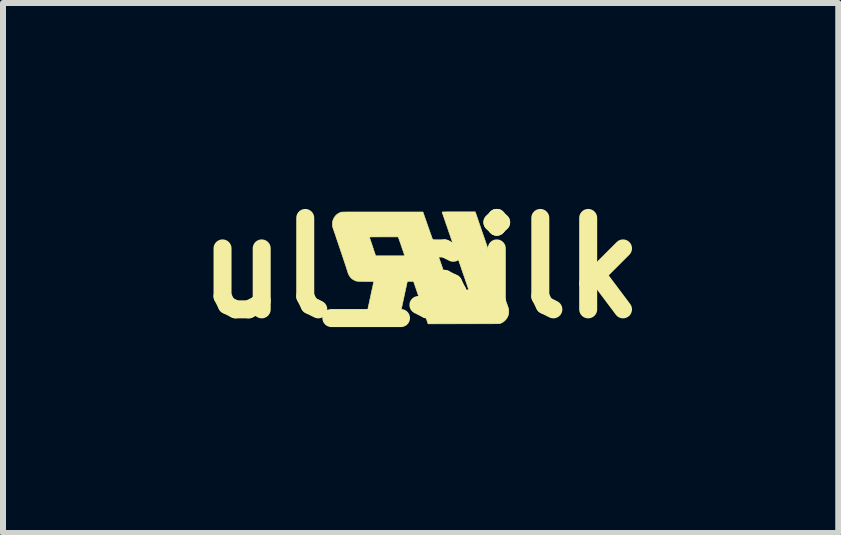
<source format=kicad_pcb>
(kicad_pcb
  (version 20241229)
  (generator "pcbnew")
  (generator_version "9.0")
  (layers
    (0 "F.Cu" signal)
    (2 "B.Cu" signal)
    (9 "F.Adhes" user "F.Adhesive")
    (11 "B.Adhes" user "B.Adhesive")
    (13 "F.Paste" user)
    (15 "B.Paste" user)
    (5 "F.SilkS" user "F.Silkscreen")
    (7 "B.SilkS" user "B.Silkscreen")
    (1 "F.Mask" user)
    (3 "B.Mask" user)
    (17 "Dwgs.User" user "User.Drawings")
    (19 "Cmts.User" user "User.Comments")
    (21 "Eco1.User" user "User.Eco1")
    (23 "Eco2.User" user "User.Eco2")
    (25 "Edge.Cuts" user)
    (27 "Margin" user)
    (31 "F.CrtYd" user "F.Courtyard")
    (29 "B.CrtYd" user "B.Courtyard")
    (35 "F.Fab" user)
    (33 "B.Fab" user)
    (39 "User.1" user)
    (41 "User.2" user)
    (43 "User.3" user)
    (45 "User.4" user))
  (footprint "ul_silk"
    (layer "F.Cu")
    (at 3.962 1.418)
    (property "Reference" "ul_silk" (at 0 0 0) (layer "F.SilkS") (effects (font (size 1.524 1.524) (thickness 0.3))))
    (attr through_hole)
    (fp_poly (pts (xy 0.932 -0.876) (xy 0.949 -0.827) (xy 0.966 -0.775) (xy 0.985 -0.721) (xy 1.004 -0.665) (xy 1.024 -0.606) (xy 1.045 -0.547) (xy 1.066 -0.486) (xy 1.087 -0.425) (xy 1.108 -0.364) (xy 1.129 -0.302) (xy 1.15 -0.241) (xy 1.171 -0.18) (xy 1.191 -0.12) (xy 1.211 -0.062) (xy 1.231 -0.005) (xy 1.25 0.05) (xy 1.268 0.102) (xy 1.285 0.152) (xy 1.301 0.199) (xy 1.316 0.242) (xy 1.329 0.282) (xy 1.342 0.318) (xy 1.352 0.35) (xy 1.362 0.376) (xy 1.362 0.377) (xy 1.374 0.412) (xy 1.385 0.446) (xy 1.397 0.478) (xy 1.407 0.508) (xy 1.417 0.536) (xy 1.425 0.561) (xy 1.433 0.583) (xy 1.44 0.602) (xy 1.445 0.617) (xy 1.449 0.628) (xy 1.451 0.634) (xy 1.452 0.635) (xy 1.462 0.666) (xy 1.469 0.697) (xy 1.47 0.729) (xy 1.468 0.761) (xy 1.464 0.777) (xy 1.454 0.807) (xy 1.439 0.835) (xy 1.421 0.86) (xy 1.398 0.883) (xy 1.373 0.902) (xy 1.344 0.917) (xy 1.332 0.922) (xy 1.312 0.929) (xy 0.719 0.93) (xy 0.125 0.931) (xy 0.086 0.816) (xy 0.079 0.796) (xy 0.071 0.772) (xy 0.061 0.744) (xy 0.05 0.712) (xy 0.038 0.678) (xy 0.026 0.642) (xy 0.013 0.604) (xy -0.000102 0.566) (xy -0.013 0.527) (xy -0.026 0.489) (xy -0.036 0.462) (xy -0.118 0.222) (xy -0.17 0.222) (xy -0.185 0.222) (xy -0.199 0.222) (xy -0.21 0.222) (xy -0.217 0.222) (xy -0.221 0.223) (xy -0.221 0.223) (xy -0.222 0.225) (xy -0.223 0.233) (xy -0.226 0.245) (xy -0.229 0.261) (xy -0.234 0.282) (xy -0.239 0.306) (xy -0.245 0.334) (xy -0.252 0.365) (xy -0.259 0.398) (xy -0.267 0.434) (xy -0.275 0.472) (xy -0.284 0.513) (xy -0.293 0.555) (xy -0.298 0.579) (xy -0.375 0.934) (xy -0.455 0.935) (xy -0.471 0.935) (xy -0.491 0.935) (xy -0.515 0.935) (xy -0.543 0.934) (xy -0.573 0.934) (xy -0.605 0.934) (xy -0.638 0.934) (xy -0.672 0.934) (xy -0.706 0.933) (xy -0.732 0.933) (xy -0.764 0.933) (xy -0.793 0.932) (xy -0.821 0.932) (xy -0.847 0.932) (xy -0.87 0.931) (xy -0.89 0.931) (xy -0.906 0.931) (xy -0.919 0.93) (xy -0.927 0.93) (xy -0.931 0.93) (xy -0.931 0.93) (xy -0.931 0.927) (xy -0.929 0.92) (xy -0.927 0.908) (xy -0.923 0.892) (xy -0.919 0.872) (xy -0.914 0.849) (xy -0.908 0.823) (xy -0.902 0.794) (xy -0.896 0.763) (xy -0.889 0.73) (xy -0.881 0.695) (xy -0.874 0.659) (xy -0.866 0.623) (xy -0.858 0.586) (xy -0.85 0.549) (xy -0.842 0.512) (xy -0.834 0.476) (xy -0.827 0.441) (xy -0.82 0.408) (xy -0.813 0.376) (xy -0.806 0.346) (xy -0.8 0.319) (xy -0.795 0.295) (xy -0.791 0.274) (xy -0.787 0.256) (xy -0.784 0.243) (xy -0.782 0.234) (xy -0.781 0.231) (xy -0.78 0.225) (xy -0.915 0.224) (xy -0.947 0.224) (xy -0.974 0.223) (xy -0.996 0.223) (xy -1.016 0.222) (xy -1.032 0.222) (xy -1.045 0.221) (xy -1.056 0.22) (xy -1.065 0.218) (xy -1.074 0.217) (xy -1.081 0.215) (xy -1.088 0.212) (xy -1.095 0.209) (xy -1.103 0.205) (xy -1.104 0.204) (xy -1.132 0.188) (xy -1.157 0.168) (xy -1.178 0.144) (xy -1.195 0.117) (xy -1.209 0.086) (xy -1.215 0.065) (xy -1.216 0.06) (xy -1.22 0.05) (xy -1.224 0.036) (xy -1.23 0.018) (xy -1.237 -0.004) (xy -1.245 -0.029) (xy -1.254 -0.056) (xy -1.264 -0.086) (xy -1.275 -0.119) (xy -1.287 -0.153) (xy -1.298 -0.188) (xy -1.311 -0.225) (xy -1.323 -0.262) (xy -1.336 -0.299) (xy -1.348 -0.337) (xy -1.361 -0.374) (xy -1.373 -0.41) (xy -1.385 -0.445) (xy -1.396 -0.478) (xy -1.406 -0.51) (xy -1.409 -0.516) (xy -0.853 -0.516) (xy -0.853 -0.514) (xy -0.85 -0.506) (xy -0.847 -0.495) (xy -0.842 -0.48) (xy -0.836 -0.463) (xy -0.829 -0.443) (xy -0.822 -0.421) (xy -0.814 -0.398) (xy -0.806 -0.374) (xy -0.798 -0.35) (xy -0.79 -0.326) (xy -0.783 -0.303) (xy -0.776 -0.282) (xy -0.769 -0.262) (xy -0.763 -0.245) (xy -0.758 -0.231) (xy -0.755 -0.22) (xy -0.753 -0.215) (xy -0.749 -0.203) (xy -0.264 -0.203) (xy -0.269 -0.217) (xy -0.272 -0.225) (xy -0.275 -0.236) (xy -0.28 -0.251) (xy -0.287 -0.269) (xy -0.293 -0.289) (xy -0.301 -0.311) (xy -0.309 -0.334) (xy -0.317 -0.358) (xy -0.325 -0.382) (xy -0.333 -0.405) (xy -0.341 -0.428) (xy -0.348 -0.449) (xy -0.355 -0.467) (xy -0.36 -0.483) (xy -0.365 -0.496) (xy -0.368 -0.505) (xy -0.37 -0.51) (xy -0.37 -0.51) (xy -0.373 -0.519) (xy -0.613 -0.519) (xy -0.648 -0.519) (xy -0.682 -0.519) (xy -0.713 -0.518) (xy -0.743 -0.518) (xy -0.769 -0.518) (xy -0.793 -0.518) (xy -0.813 -0.518) (xy -0.829 -0.517) (xy -0.842 -0.517) (xy -0.85 -0.517) (xy -0.853 -0.516) (xy -0.853 -0.516) (xy -1.409 -0.516) (xy -1.416 -0.539) (xy -1.425 -0.566) (xy -1.434 -0.589) (xy -1.441 -0.61) (xy -1.446 -0.626) (xy -1.451 -0.639) (xy -1.454 -0.647) (xy -1.454 -0.648) (xy -1.463 -0.673) (xy -1.468 -0.697) (xy -1.47 -0.72) (xy -1.47 -0.74) (xy -1.468 -0.763) (xy -1.465 -0.782) (xy -1.459 -0.8) (xy -1.451 -0.819) (xy -1.45 -0.822) (xy -1.434 -0.85) (xy -1.414 -0.875) (xy -1.391 -0.896) (xy -1.365 -0.913) (xy -1.336 -0.926) (xy -1.326 -0.93) (xy -1.324 -0.93) (xy -1.322 -0.931) (xy -1.319 -0.931) (xy -1.316 -0.931) (xy -1.312 -0.932) (xy -1.306 -0.932) (xy -1.3 -0.932) (xy -1.292 -0.933) (xy -1.282 -0.933) (xy -1.271 -0.933) (xy -1.257 -0.933) (xy -1.242 -0.934) (xy -1.224 -0.934) (xy -1.203 -0.934) (xy -1.18 -0.934) (xy -1.154 -0.934) (xy -1.125 -0.934) (xy -1.093 -0.934) (xy -1.057 -0.934) (xy -1.018 -0.934) (xy -0.974 -0.934) (xy -0.927 -0.934) (xy -0.876 -0.934) (xy -0.82 -0.934) (xy -0.759 -0.934) (xy -0.694 -0.934) (xy -0.635 -0.934) (xy 0.039 -0.934) (xy 0.25 -0.33) (xy 0.269 -0.275) (xy 0.288 -0.22) (xy 0.307 -0.167) (xy 0.325 -0.116) (xy 0.342 -0.066) (xy 0.359 -0.018) (xy 0.375 0.028) (xy 0.39 0.072) (xy 0.405 0.113) (xy 0.418 0.15) (xy 0.43 0.185) (xy 0.441 0.217) (xy 0.451 0.244) (xy 0.459 0.268) (xy 0.466 0.288) (xy 0.471 0.304) (xy 0.475 0.315) (xy 0.477 0.32) (xy 0.493 0.366) (xy 0.648 0.366) (xy 0.68 0.366) (xy 0.707 0.366) (xy 0.73 0.366) (xy 0.749 0.366) (xy 0.765 0.366) (xy 0.777 0.366) (xy 0.786 0.365) (xy 0.793 0.365) (xy 0.797 0.365) (xy 0.8 0.364) (xy 0.802 0.363) (xy 0.802 0.362) (xy 0.802 0.362) (xy 0.801 0.359) (xy 0.798 0.351) (xy 0.794 0.339) (xy 0.789 0.322) (xy 0.781 0.301) (xy 0.773 0.276) (xy 0.763 0.248) (xy 0.752 0.216) (xy 0.74 0.18) (xy 0.727 0.141) (xy 0.712 0.1) (xy 0.697 0.056) (xy 0.681 0.009) (xy 0.665 -0.04) (xy 0.647 -0.091) (xy 0.629 -0.143) (xy 0.61 -0.198) (xy 0.591 -0.254) (xy 0.58 -0.285) (xy 0.561 -0.341) (xy 0.542 -0.396) (xy 0.524 -0.45) (xy 0.506 -0.502) (xy 0.489 -0.552) (xy 0.472 -0.6) (xy 0.457 -0.646) (xy 0.442 -0.689) (xy 0.428 -0.729) (xy 0.415 -0.766) (xy 0.404 -0.8) (xy 0.393 -0.831) (xy 0.384 -0.857) (xy 0.376 -0.881) (xy 0.369 -0.9) (xy 0.364 -0.914) (xy 0.361 -0.925) (xy 0.359 -0.93) (xy 0.359 -0.931) (xy 0.359 -0.932) (xy 0.359 -0.932) (xy 0.361 -0.933) (xy 0.363 -0.934) (xy 0.368 -0.934) (xy 0.373 -0.934) (xy 0.381 -0.935) (xy 0.391 -0.935) (xy 0.404 -0.935) (xy 0.419 -0.935) (xy 0.437 -0.936) (xy 0.459 -0.936) (xy 0.485 -0.936) (xy 0.514 -0.936) (xy 0.548 -0.936) (xy 0.586 -0.936) (xy 0.629 -0.936) (xy 0.911 -0.936) (xy 0.932 -0.876)) (stroke (width 0.01) (type solid)) (fill yes) (layer "F.SilkS")))
  (gr_rect
    (start -3 -3)
    (end 10.925 5.836)
    (stroke (width 0.1) (type default))
    (fill no)
    (layer "Edge.Cuts")))
</source>
